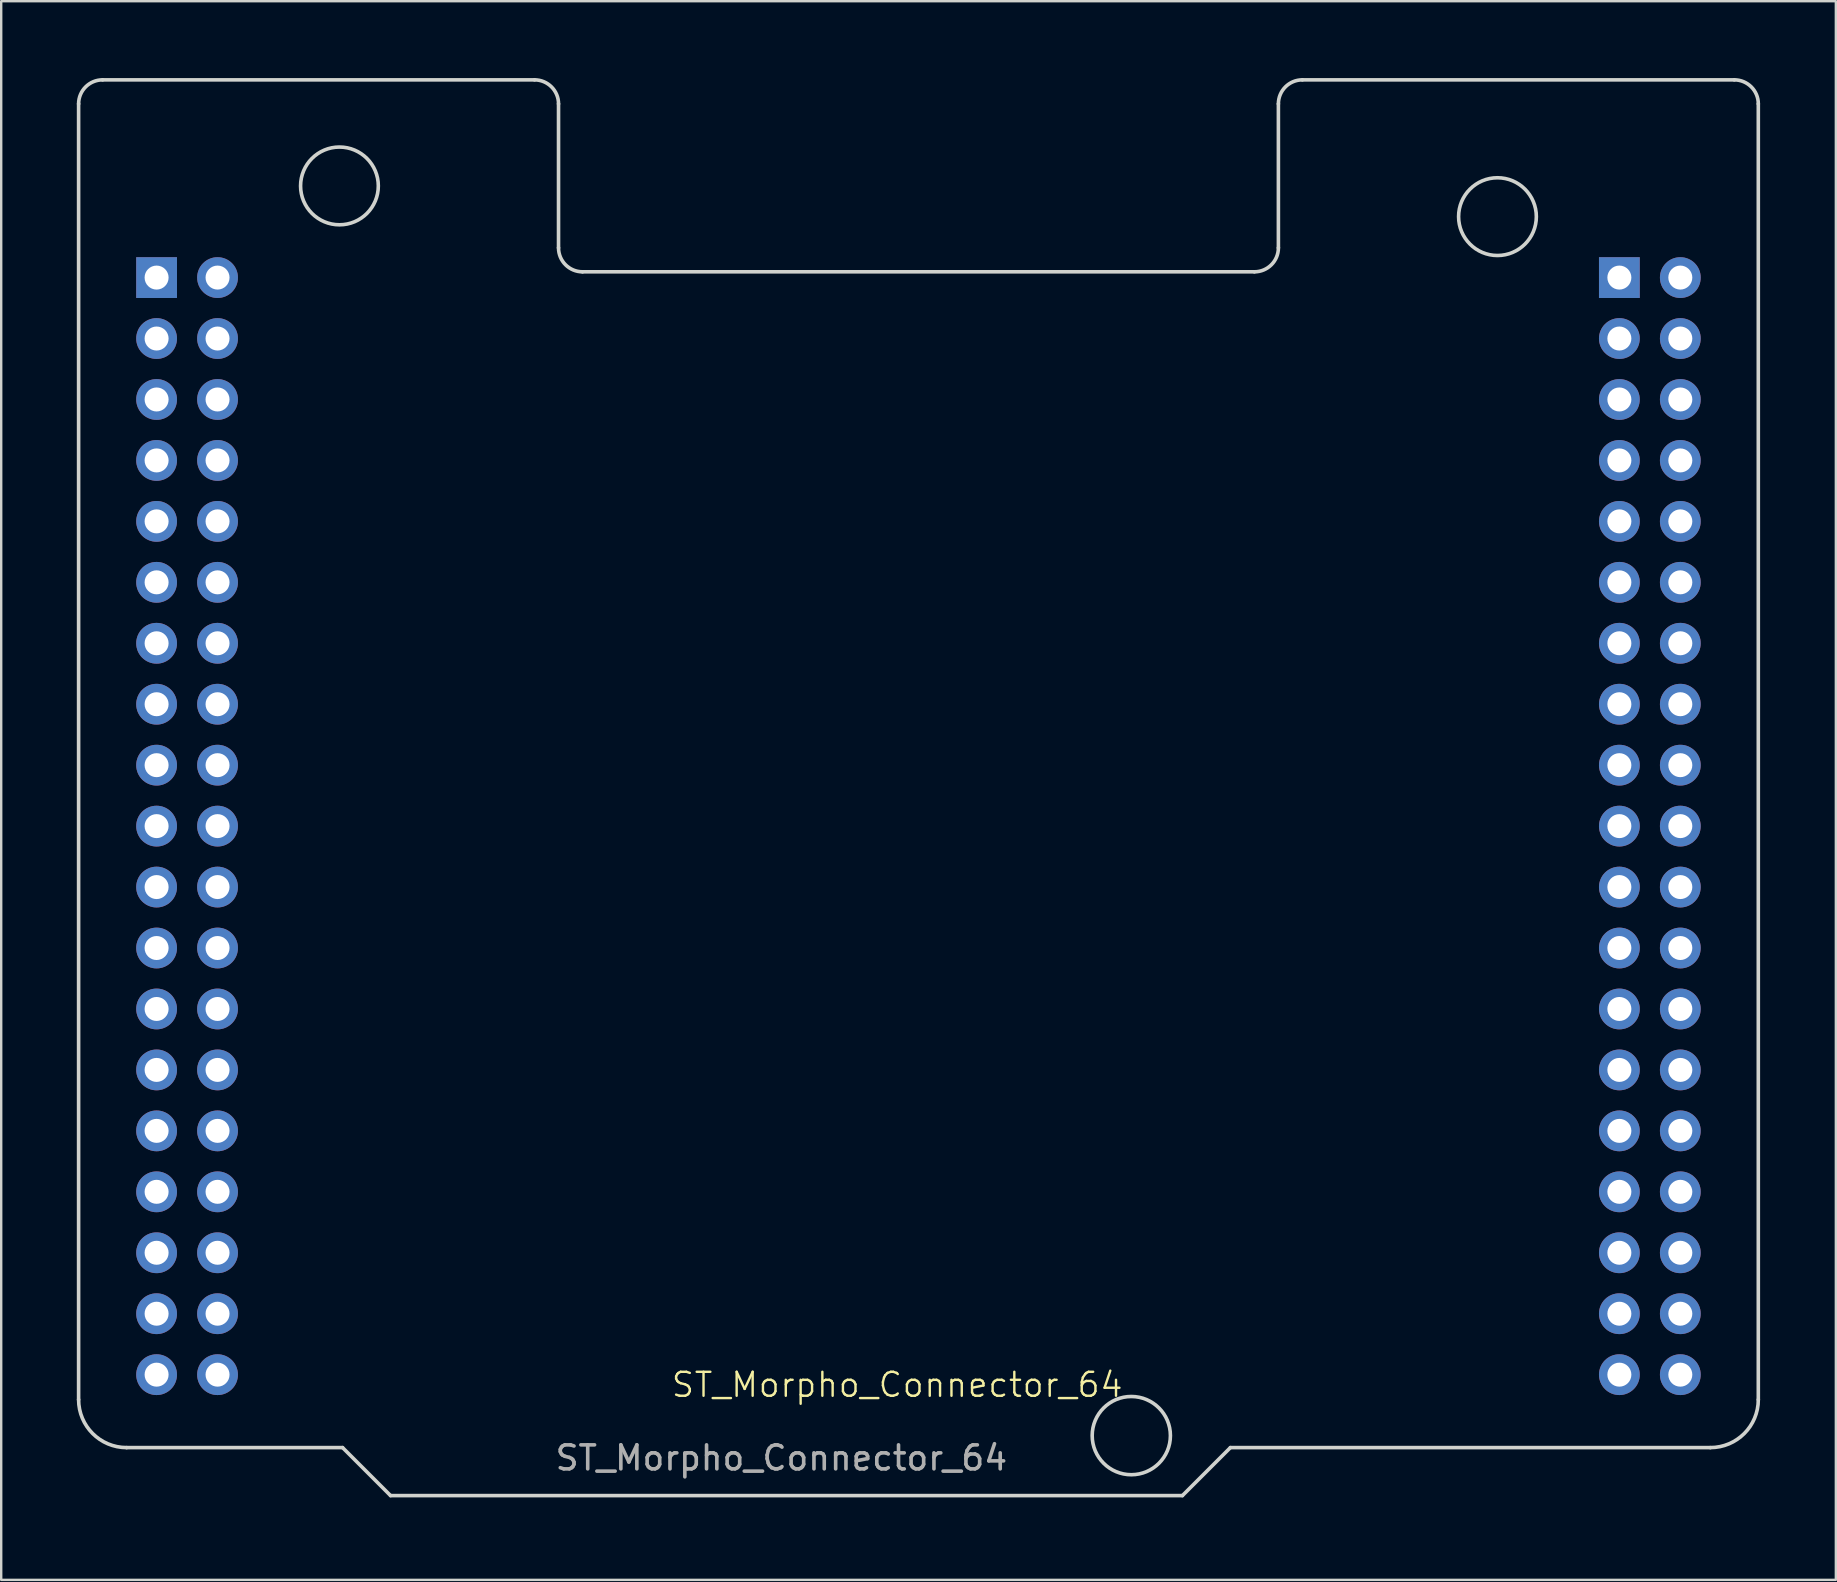
<source format=kicad_pcb>
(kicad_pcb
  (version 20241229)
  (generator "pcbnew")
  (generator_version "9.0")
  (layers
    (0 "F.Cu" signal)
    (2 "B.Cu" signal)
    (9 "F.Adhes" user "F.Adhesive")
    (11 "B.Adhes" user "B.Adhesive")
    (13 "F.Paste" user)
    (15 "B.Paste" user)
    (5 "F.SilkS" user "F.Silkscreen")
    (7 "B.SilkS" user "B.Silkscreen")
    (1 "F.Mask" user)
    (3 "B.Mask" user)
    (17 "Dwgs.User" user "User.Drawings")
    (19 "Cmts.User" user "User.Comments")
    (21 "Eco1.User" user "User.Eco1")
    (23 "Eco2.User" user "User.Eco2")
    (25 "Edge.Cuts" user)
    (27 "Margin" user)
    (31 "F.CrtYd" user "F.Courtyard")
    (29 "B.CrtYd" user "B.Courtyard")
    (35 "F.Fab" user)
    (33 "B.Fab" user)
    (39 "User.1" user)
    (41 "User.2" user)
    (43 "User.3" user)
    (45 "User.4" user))
  (footprint "ST_Morpho_Connector_64"
    (layer "F.Cu")
    (at 33.832 33.832)
    (property "Reference" "ST_Morpho_Connector_64" (at 0.508 20.828 0) (unlocked yes) (layer "F.SilkS") (effects (font (size 1 1) (thickness 0.1))))
    (attr through_hole)
    (fp_line (start -33.606 -32.554) (end -33.606 21.446) (stroke (width 0.15) (type solid)) (layer "Edge.Cuts"))
    (fp_line (start -22.606 23.446) (end -31.606 23.446) (stroke (width 0.15) (type solid)) (layer "Edge.Cuts"))
    (fp_line (start -20.606 25.446) (end -22.606 23.446) (stroke (width 0.15) (type solid)) (layer "Edge.Cuts"))
    (fp_line (start -14.606 -33.554) (end -32.606 -33.554) (stroke (width 0.15) (type solid)) (layer "Edge.Cuts"))
    (fp_line (start -13.606 -26.554) (end -13.606 -32.554) (stroke (width 0.15) (type solid)) (layer "Edge.Cuts"))
    (fp_line (start -12.606 -25.554) (end 15.394 -25.554) (stroke (width 0.15) (type solid)) (layer "Edge.Cuts"))
    (fp_line (start 12.394 25.446) (end -20.606 25.446) (stroke (width 0.15) (type solid)) (layer "Edge.Cuts"))
    (fp_line (start 14.394 23.446) (end 12.394 25.446) (stroke (width 0.15) (type solid)) (layer "Edge.Cuts"))
    (fp_line (start 16.394 -26.554) (end 16.394 -32.554) (stroke (width 0.15) (type solid)) (layer "Edge.Cuts"))
    (fp_line (start 17.394 -33.554) (end 35.394 -33.554) (stroke (width 0.15) (type solid)) (layer "Edge.Cuts"))
    (fp_line (start 34.394 23.446) (end 14.394 23.446) (stroke (width 0.15) (type solid)) (layer "Edge.Cuts"))
    (fp_line (start 36.394 -32.554) (end 36.394 21.446) (stroke (width 0.15) (type solid)) (layer "Edge.Cuts"))
    (fp_arc (start -33.605786 -32.554214) (mid -33.312887 -33.261307) (end -32.605786 -33.554214) (stroke (width 0.15) (type solid)) (layer "Edge.Cuts"))
    (fp_arc (start -31.605786 23.445786) (mid -33.020004 22.860004) (end -33.605786 21.445786) (stroke (width 0.15) (type solid)) (layer "Edge.Cuts"))
    (fp_arc (start -14.605786 -33.554214) (mid -13.898683 -33.261317) (end -13.605786 -32.554214) (stroke (width 0.15) (type solid)) (layer "Edge.Cuts"))
    (fp_arc (start -12.605786 -25.554214) (mid -13.312897 -25.847103) (end -13.605786 -26.554214) (stroke (width 0.15) (type solid)) (layer "Edge.Cuts"))
    (fp_arc (start 16.394214 -32.554214) (mid 16.687107 -33.261321) (end 17.394214 -33.554214) (stroke (width 0.15) (type solid)) (layer "Edge.Cuts"))
    (fp_arc (start 16.394214 -26.554214) (mid 16.101321 -25.847107) (end 15.394214 -25.554214) (stroke (width 0.15) (type solid)) (layer "Edge.Cuts"))
    (fp_arc (start 35.394214 -33.554214) (mid 36.101321 -33.261321) (end 36.394214 -32.554214) (stroke (width 0.15) (type solid)) (layer "Edge.Cuts"))
    (fp_arc (start 36.394214 21.445786) (mid 35.808428 22.86) (end 34.394214 23.445786) (stroke (width 0.15) (type solid)) (layer "Edge.Cuts"))
    (fp_circle (center -22.736 -29.134) (end -21.116 -29.134) (stroke (width 0.15) (type solid)) (fill no) (layer "Edge.Cuts"))
    (fp_circle (center 10.264 22.946) (end 11.894 22.946) (stroke (width 0.15) (type solid)) (fill no) (layer "Edge.Cuts"))
    (fp_circle (center 25.524 -27.854) (end 27.144 -27.854) (stroke (width 0.15) (type solid)) (fill no) (layer "Edge.Cuts"))
    (fp_rect (start -33.782 -33.782) (end 36.576 25.908) (stroke (width 0.1) (type default)) (fill no) (layer "Margin"))
    (fp_text user "${REFERENCE}" (at -4.318 23.876 0) (unlocked yes) (layer "F.Fab") (effects (font (size 1 1) (thickness 0.15))))
    (pad "1" thru_hole rect (at -30.356 -25.314) (size 1.7 1.7) (drill 1) (layers "*.Cu" "*.Mask"))
    (pad "2" thru_hole oval (at -27.816 -25.314) (size 1.7 1.7) (drill 1) (layers "*.Cu" "*.Mask"))
    (pad "3" thru_hole oval (at -30.356 -22.774) (size 1.7 1.7) (drill 1) (layers "*.Cu" "*.Mask"))
    (pad "4" thru_hole oval (at -27.816 -22.774) (size 1.7 1.7) (drill 1) (layers "*.Cu" "*.Mask"))
    (pad "5" thru_hole oval (at -30.356 -20.234) (size 1.7 1.7) (drill 1) (layers "*.Cu" "*.Mask"))
    (pad "6" thru_hole oval (at -27.816 -20.234) (size 1.7 1.7) (drill 1) (layers "*.Cu" "*.Mask"))
    (pad "7" thru_hole oval (at -30.356 -17.694) (size 1.7 1.7) (drill 1) (layers "*.Cu" "*.Mask"))
    (pad "8" thru_hole oval (at -27.816 -17.694) (size 1.7 1.7) (drill 1) (layers "*.Cu" "*.Mask"))
    (pad "9" thru_hole oval (at -30.356 -15.154) (size 1.7 1.7) (drill 1) (layers "*.Cu" "*.Mask"))
    (pad "10" thru_hole oval (at -27.816 -15.154) (size 1.7 1.7) (drill 1) (layers "*.Cu" "*.Mask"))
    (pad "11" thru_hole oval (at -30.356 -12.614) (size 1.7 1.7) (drill 1) (layers "*.Cu" "*.Mask"))
    (pad "12" thru_hole oval (at -27.816 -12.614) (size 1.7 1.7) (drill 1) (layers "*.Cu" "*.Mask"))
    (pad "13" thru_hole oval (at -30.356 -10.074) (size 1.7 1.7) (drill 1) (layers "*.Cu" "*.Mask"))
    (pad "14" thru_hole oval (at -27.816 -10.074) (size 1.7 1.7) (drill 1) (layers "*.Cu" "*.Mask"))
    (pad "15" thru_hole oval (at -30.356 -7.534) (size 1.7 1.7) (drill 1) (layers "*.Cu" "*.Mask"))
    (pad "16" thru_hole oval (at -27.816 -7.534) (size 1.7 1.7) (drill 1) (layers "*.Cu" "*.Mask"))
    (pad "17" thru_hole oval (at -30.356 -4.994) (size 1.7 1.7) (drill 1) (layers "*.Cu" "*.Mask"))
    (pad "18" thru_hole oval (at -27.816 -4.994) (size 1.7 1.7) (drill 1) (layers "*.Cu" "*.Mask"))
    (pad "19" thru_hole oval (at -30.356 -2.454) (size 1.7 1.7) (drill 1) (layers "*.Cu" "*.Mask"))
    (pad "20" thru_hole oval (at -27.816 -2.454) (size 1.7 1.7) (drill 1) (layers "*.Cu" "*.Mask"))
    (pad "21" thru_hole oval (at -30.356 0.086) (size 1.7 1.7) (drill 1) (layers "*.Cu" "*.Mask"))
    (pad "22" thru_hole oval (at -27.816 0.086) (size 1.7 1.7) (drill 1) (layers "*.Cu" "*.Mask"))
    (pad "23" thru_hole oval (at -30.356 2.626) (size 1.7 1.7) (drill 1) (layers "*.Cu" "*.Mask"))
    (pad "24" thru_hole oval (at -27.816 2.626) (size 1.7 1.7) (drill 1) (layers "*.Cu" "*.Mask"))
    (pad "25" thru_hole oval (at -30.356 5.166) (size 1.7 1.7) (drill 1) (layers "*.Cu" "*.Mask"))
    (pad "26" thru_hole oval (at -27.816 5.166) (size 1.7 1.7) (drill 1) (layers "*.Cu" "*.Mask"))
    (pad "27" thru_hole oval (at -30.356 7.706) (size 1.7 1.7) (drill 1) (layers "*.Cu" "*.Mask"))
    (pad "28" thru_hole oval (at -27.816 7.706) (size 1.7 1.7) (drill 1) (layers "*.Cu" "*.Mask"))
    (pad "29" thru_hole oval (at -30.356 10.246) (size 1.7 1.7) (drill 1) (layers "*.Cu" "*.Mask"))
    (pad "30" thru_hole oval (at -27.816 10.246) (size 1.7 1.7) (drill 1) (layers "*.Cu" "*.Mask"))
    (pad "31" thru_hole oval (at -30.356 12.786) (size 1.7 1.7) (drill 1) (layers "*.Cu" "*.Mask"))
    (pad "32" thru_hole oval (at -27.816 12.786) (size 1.7 1.7) (drill 1) (layers "*.Cu" "*.Mask"))
    (pad "33" thru_hole oval (at -30.356 15.326) (size 1.7 1.7) (drill 1) (layers "*.Cu" "*.Mask"))
    (pad "34" thru_hole oval (at -27.816 15.326) (size 1.7 1.7) (drill 1) (layers "*.Cu" "*.Mask"))
    (pad "35" thru_hole oval (at -30.356 17.866) (size 1.7 1.7) (drill 1) (layers "*.Cu" "*.Mask"))
    (pad "36" thru_hole oval (at -27.816 17.866) (size 1.7 1.7) (drill 1) (layers "*.Cu" "*.Mask"))
    (pad "37" thru_hole oval (at -30.356 20.406) (size 1.7 1.7) (drill 1) (layers "*.Cu" "*.Mask"))
    (pad "38" thru_hole oval (at -27.816 20.406) (size 1.7 1.7) (drill 1) (layers "*.Cu" "*.Mask"))
    (pad "39" thru_hole rect (at 30.604 -25.314) (size 1.7 1.7) (drill 1) (layers "*.Cu" "*.Mask"))
    (pad "40" thru_hole oval (at 33.144 -25.314) (size 1.7 1.7) (drill 1) (layers "*.Cu" "*.Mask"))
    (pad "41" thru_hole oval (at 30.604 -22.774) (size 1.7 1.7) (drill 1) (layers "*.Cu" "*.Mask"))
    (pad "42" thru_hole oval (at 33.144 -22.774) (size 1.7 1.7) (drill 1) (layers "*.Cu" "*.Mask"))
    (pad "43" thru_hole oval (at 30.604 -20.234) (size 1.7 1.7) (drill 1) (layers "*.Cu" "*.Mask"))
    (pad "44" thru_hole oval (at 33.144 -20.234) (size 1.7 1.7) (drill 1) (layers "*.Cu" "*.Mask"))
    (pad "45" thru_hole oval (at 30.604 -17.694) (size 1.7 1.7) (drill 1) (layers "*.Cu" "*.Mask"))
    (pad "46" thru_hole oval (at 33.144 -17.694) (size 1.7 1.7) (drill 1) (layers "*.Cu" "*.Mask"))
    (pad "47" thru_hole oval (at 30.604 -15.154) (size 1.7 1.7) (drill 1) (layers "*.Cu" "*.Mask"))
    (pad "48" thru_hole oval (at 33.144 -15.154) (size 1.7 1.7) (drill 1) (layers "*.Cu" "*.Mask"))
    (pad "49" thru_hole oval (at 30.604 -12.614) (size 1.7 1.7) (drill 1) (layers "*.Cu" "*.Mask"))
    (pad "50" thru_hole oval (at 33.144 -12.614) (size 1.7 1.7) (drill 1) (layers "*.Cu" "*.Mask"))
    (pad "51" thru_hole oval (at 30.604 -10.074) (size 1.7 1.7) (drill 1) (layers "*.Cu" "*.Mask"))
    (pad "52" thru_hole oval (at 33.144 -10.074) (size 1.7 1.7) (drill 1) (layers "*.Cu" "*.Mask"))
    (pad "53" thru_hole oval (at 30.604 -7.534) (size 1.7 1.7) (drill 1) (layers "*.Cu" "*.Mask"))
    (pad "54" thru_hole oval (at 33.144 -7.534) (size 1.7 1.7) (drill 1) (layers "*.Cu" "*.Mask"))
    (pad "55" thru_hole oval (at 30.604 -4.994) (size 1.7 1.7) (drill 1) (layers "*.Cu" "*.Mask"))
    (pad "56" thru_hole oval (at 33.144 -4.994) (size 1.7 1.7) (drill 1) (layers "*.Cu" "*.Mask"))
    (pad "57" thru_hole oval (at 30.604 -2.454) (size 1.7 1.7) (drill 1) (layers "*.Cu" "*.Mask"))
    (pad "58" thru_hole oval (at 33.144 -2.454) (size 1.7 1.7) (drill 1) (layers "*.Cu" "*.Mask"))
    (pad "59" thru_hole oval (at 30.604 0.086) (size 1.7 1.7) (drill 1) (layers "*.Cu" "*.Mask"))
    (pad "60" thru_hole oval (at 33.144 0.086) (size 1.7 1.7) (drill 1) (layers "*.Cu" "*.Mask"))
    (pad "61" thru_hole oval (at 30.604 2.626) (size 1.7 1.7) (drill 1) (layers "*.Cu" "*.Mask"))
    (pad "62" thru_hole oval (at 33.144 2.626) (size 1.7 1.7) (drill 1) (layers "*.Cu" "*.Mask"))
    (pad "63" thru_hole oval (at 30.604 5.166) (size 1.7 1.7) (drill 1) (layers "*.Cu" "*.Mask"))
    (pad "64" thru_hole oval (at 33.144 5.166) (size 1.7 1.7) (drill 1) (layers "*.Cu" "*.Mask"))
    (pad "65" thru_hole oval (at 30.604 7.706) (size 1.7 1.7) (drill 1) (layers "*.Cu" "*.Mask"))
    (pad "66" thru_hole oval (at 33.144 7.706) (size 1.7 1.7) (drill 1) (layers "*.Cu" "*.Mask"))
    (pad "67" thru_hole oval (at 30.604 10.246) (size 1.7 1.7) (drill 1) (layers "*.Cu" "*.Mask"))
    (pad "68" thru_hole oval (at 33.144 10.246) (size 1.7 1.7) (drill 1) (layers "*.Cu" "*.Mask"))
    (pad "69" thru_hole oval (at 30.604 12.786) (size 1.7 1.7) (drill 1) (layers "*.Cu" "*.Mask"))
    (pad "70" thru_hole oval (at 33.144 12.786) (size 1.7 1.7) (drill 1) (layers "*.Cu" "*.Mask"))
    (pad "71" thru_hole oval (at 30.604 15.326) (size 1.7 1.7) (drill 1) (layers "*.Cu" "*.Mask"))
    (pad "72" thru_hole oval (at 33.144 15.326) (size 1.7 1.7) (drill 1) (layers "*.Cu" "*.Mask"))
    (pad "73" thru_hole oval (at 30.604 17.866) (size 1.7 1.7) (drill 1) (layers "*.Cu" "*.Mask"))
    (pad "74" thru_hole oval (at 33.144 17.866) (size 1.7 1.7) (drill 1) (layers "*.Cu" "*.Mask"))
    (pad "75" thru_hole oval (at 30.604 20.406) (size 1.7 1.7) (drill 1) (layers "*.Cu" "*.Mask"))
    (pad "76" thru_hole oval (at 33.144 20.406) (size 1.7 1.7) (drill 1) (layers "*.Cu" "*.Mask")))
  (gr_rect
    (start -3 -3)
    (end 73.458 62.79)
    (stroke (width 0.1) (type default))
    (fill no)
    (layer "Edge.Cuts")))
</source>
